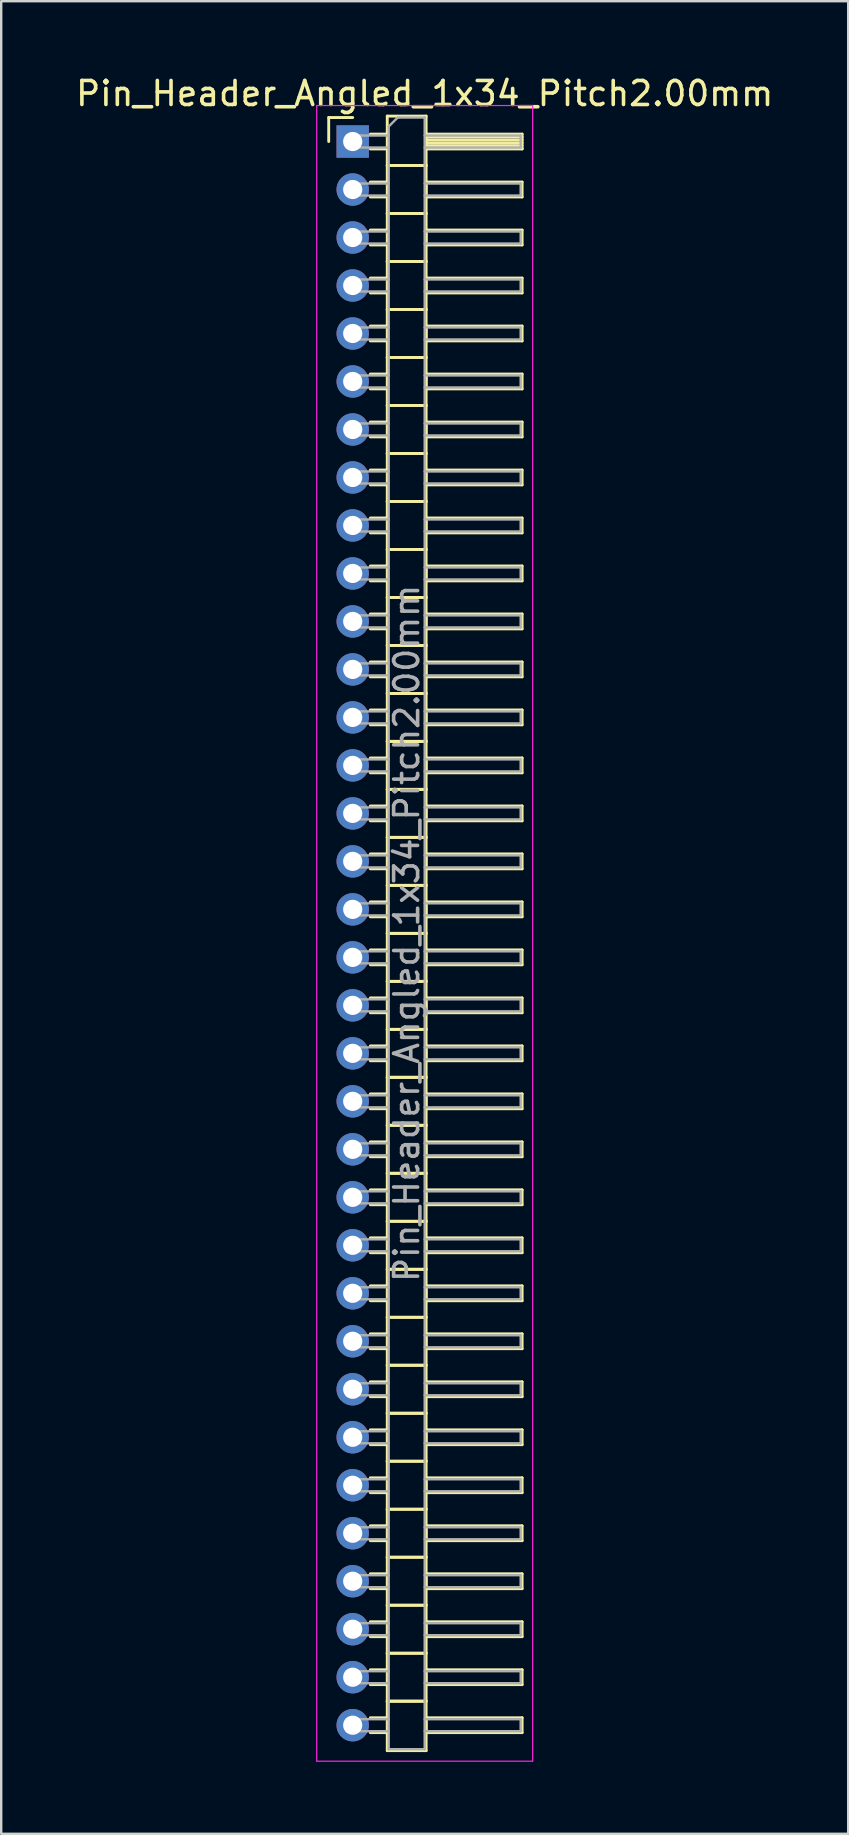
<source format=kicad_pcb>
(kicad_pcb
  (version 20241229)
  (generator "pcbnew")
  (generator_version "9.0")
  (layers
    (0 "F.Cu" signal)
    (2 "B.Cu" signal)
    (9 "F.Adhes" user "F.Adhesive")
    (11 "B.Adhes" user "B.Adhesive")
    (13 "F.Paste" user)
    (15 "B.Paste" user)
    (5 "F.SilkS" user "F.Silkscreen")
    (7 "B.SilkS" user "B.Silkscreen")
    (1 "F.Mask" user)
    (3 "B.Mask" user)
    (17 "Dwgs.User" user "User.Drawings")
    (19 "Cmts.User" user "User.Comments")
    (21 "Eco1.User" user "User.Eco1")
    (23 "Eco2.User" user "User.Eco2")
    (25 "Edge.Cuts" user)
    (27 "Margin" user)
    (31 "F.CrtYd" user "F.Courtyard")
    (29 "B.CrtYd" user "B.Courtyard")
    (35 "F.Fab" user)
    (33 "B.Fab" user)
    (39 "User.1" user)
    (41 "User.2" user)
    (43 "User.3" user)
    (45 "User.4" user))
  (footprint "Pin_Header_Angled_1x34_Pitch2.00mm"
    (layer "F.Cu")
    (at 11.649 2.848)
    (property "Reference" "Pin_Header_Angled_1x34_Pitch2.00mm" (at 3 -2 0) (layer "F.SilkS") (effects (font (size 1 1) (thickness 0.15))))
    (attr through_hole)
    (fp_line (start -1 -1) (end 0 -1) (stroke (width 0.12) (type solid)) (layer "F.SilkS"))
    (fp_line (start -1 0) (end -1 -1) (stroke (width 0.12) (type solid)) (layer "F.SilkS"))
    (fp_line (start 0.735 -0.31) (end 1.44 -0.31) (stroke (width 0.12) (type solid)) (layer "F.SilkS"))
    (fp_line (start 0.735 0.31) (end 1.44 0.31) (stroke (width 0.12) (type solid)) (layer "F.SilkS"))
    (fp_line (start 0.735 1.69) (end 1.44 1.69) (stroke (width 0.12) (type solid)) (layer "F.SilkS"))
    (fp_line (start 0.735 2.31) (end 1.44 2.31) (stroke (width 0.12) (type solid)) (layer "F.SilkS"))
    (fp_line (start 0.735 3.69) (end 1.44 3.69) (stroke (width 0.12) (type solid)) (layer "F.SilkS"))
    (fp_line (start 0.735 4.31) (end 1.44 4.31) (stroke (width 0.12) (type solid)) (layer "F.SilkS"))
    (fp_line (start 0.735 5.69) (end 1.44 5.69) (stroke (width 0.12) (type solid)) (layer "F.SilkS"))
    (fp_line (start 0.735 6.31) (end 1.44 6.31) (stroke (width 0.12) (type solid)) (layer "F.SilkS"))
    (fp_line (start 0.735 7.69) (end 1.44 7.69) (stroke (width 0.12) (type solid)) (layer "F.SilkS"))
    (fp_line (start 0.735 8.31) (end 1.44 8.31) (stroke (width 0.12) (type solid)) (layer "F.SilkS"))
    (fp_line (start 0.735 9.69) (end 1.44 9.69) (stroke (width 0.12) (type solid)) (layer "F.SilkS"))
    (fp_line (start 0.735 10.31) (end 1.44 10.31) (stroke (width 0.12) (type solid)) (layer "F.SilkS"))
    (fp_line (start 0.735 11.69) (end 1.44 11.69) (stroke (width 0.12) (type solid)) (layer "F.SilkS"))
    (fp_line (start 0.735 12.31) (end 1.44 12.31) (stroke (width 0.12) (type solid)) (layer "F.SilkS"))
    (fp_line (start 0.735 13.69) (end 1.44 13.69) (stroke (width 0.12) (type solid)) (layer "F.SilkS"))
    (fp_line (start 0.735 14.31) (end 1.44 14.31) (stroke (width 0.12) (type solid)) (layer "F.SilkS"))
    (fp_line (start 0.735 15.69) (end 1.44 15.69) (stroke (width 0.12) (type solid)) (layer "F.SilkS"))
    (fp_line (start 0.735 16.31) (end 1.44 16.31) (stroke (width 0.12) (type solid)) (layer "F.SilkS"))
    (fp_line (start 0.735 17.69) (end 1.44 17.69) (stroke (width 0.12) (type solid)) (layer "F.SilkS"))
    (fp_line (start 0.735 18.31) (end 1.44 18.31) (stroke (width 0.12) (type solid)) (layer "F.SilkS"))
    (fp_line (start 0.735 19.69) (end 1.44 19.69) (stroke (width 0.12) (type solid)) (layer "F.SilkS"))
    (fp_line (start 0.735 20.31) (end 1.44 20.31) (stroke (width 0.12) (type solid)) (layer "F.SilkS"))
    (fp_line (start 0.735 21.69) (end 1.44 21.69) (stroke (width 0.12) (type solid)) (layer "F.SilkS"))
    (fp_line (start 0.735 22.31) (end 1.44 22.31) (stroke (width 0.12) (type solid)) (layer "F.SilkS"))
    (fp_line (start 0.735 23.69) (end 1.44 23.69) (stroke (width 0.12) (type solid)) (layer "F.SilkS"))
    (fp_line (start 0.735 24.31) (end 1.44 24.31) (stroke (width 0.12) (type solid)) (layer "F.SilkS"))
    (fp_line (start 0.735 25.69) (end 1.44 25.69) (stroke (width 0.12) (type solid)) (layer "F.SilkS"))
    (fp_line (start 0.735 26.31) (end 1.44 26.31) (stroke (width 0.12) (type solid)) (layer "F.SilkS"))
    (fp_line (start 0.735 27.69) (end 1.44 27.69) (stroke (width 0.12) (type solid)) (layer "F.SilkS"))
    (fp_line (start 0.735 28.31) (end 1.44 28.31) (stroke (width 0.12) (type solid)) (layer "F.SilkS"))
    (fp_line (start 0.735 29.69) (end 1.44 29.69) (stroke (width 0.12) (type solid)) (layer "F.SilkS"))
    (fp_line (start 0.735 30.31) (end 1.44 30.31) (stroke (width 0.12) (type solid)) (layer "F.SilkS"))
    (fp_line (start 0.735 31.69) (end 1.44 31.69) (stroke (width 0.12) (type solid)) (layer "F.SilkS"))
    (fp_line (start 0.735 32.31) (end 1.44 32.31) (stroke (width 0.12) (type solid)) (layer "F.SilkS"))
    (fp_line (start 0.735 33.69) (end 1.44 33.69) (stroke (width 0.12) (type solid)) (layer "F.SilkS"))
    (fp_line (start 0.735 34.31) (end 1.44 34.31) (stroke (width 0.12) (type solid)) (layer "F.SilkS"))
    (fp_line (start 0.735 35.69) (end 1.44 35.69) (stroke (width 0.12) (type solid)) (layer "F.SilkS"))
    (fp_line (start 0.735 36.31) (end 1.44 36.31) (stroke (width 0.12) (type solid)) (layer "F.SilkS"))
    (fp_line (start 0.735 37.69) (end 1.44 37.69) (stroke (width 0.12) (type solid)) (layer "F.SilkS"))
    (fp_line (start 0.735 38.31) (end 1.44 38.31) (stroke (width 0.12) (type solid)) (layer "F.SilkS"))
    (fp_line (start 0.735 39.69) (end 1.44 39.69) (stroke (width 0.12) (type solid)) (layer "F.SilkS"))
    (fp_line (start 0.735 40.31) (end 1.44 40.31) (stroke (width 0.12) (type solid)) (layer "F.SilkS"))
    (fp_line (start 0.735 41.69) (end 1.44 41.69) (stroke (width 0.12) (type solid)) (layer "F.SilkS"))
    (fp_line (start 0.735 42.31) (end 1.44 42.31) (stroke (width 0.12) (type solid)) (layer "F.SilkS"))
    (fp_line (start 0.735 43.69) (end 1.44 43.69) (stroke (width 0.12) (type solid)) (layer "F.SilkS"))
    (fp_line (start 0.735 44.31) (end 1.44 44.31) (stroke (width 0.12) (type solid)) (layer "F.SilkS"))
    (fp_line (start 0.735 45.69) (end 1.44 45.69) (stroke (width 0.12) (type solid)) (layer "F.SilkS"))
    (fp_line (start 0.735 46.31) (end 1.44 46.31) (stroke (width 0.12) (type solid)) (layer "F.SilkS"))
    (fp_line (start 0.735 47.69) (end 1.44 47.69) (stroke (width 0.12) (type solid)) (layer "F.SilkS"))
    (fp_line (start 0.735 48.31) (end 1.44 48.31) (stroke (width 0.12) (type solid)) (layer "F.SilkS"))
    (fp_line (start 0.735 49.69) (end 1.44 49.69) (stroke (width 0.12) (type solid)) (layer "F.SilkS"))
    (fp_line (start 0.735 50.31) (end 1.44 50.31) (stroke (width 0.12) (type solid)) (layer "F.SilkS"))
    (fp_line (start 0.735 51.69) (end 1.44 51.69) (stroke (width 0.12) (type solid)) (layer "F.SilkS"))
    (fp_line (start 0.735 52.31) (end 1.44 52.31) (stroke (width 0.12) (type solid)) (layer "F.SilkS"))
    (fp_line (start 0.735 53.69) (end 1.44 53.69) (stroke (width 0.12) (type solid)) (layer "F.SilkS"))
    (fp_line (start 0.735 54.31) (end 1.44 54.31) (stroke (width 0.12) (type solid)) (layer "F.SilkS"))
    (fp_line (start 0.735 55.69) (end 1.44 55.69) (stroke (width 0.12) (type solid)) (layer "F.SilkS"))
    (fp_line (start 0.735 56.31) (end 1.44 56.31) (stroke (width 0.12) (type solid)) (layer "F.SilkS"))
    (fp_line (start 0.735 57.69) (end 1.44 57.69) (stroke (width 0.12) (type solid)) (layer "F.SilkS"))
    (fp_line (start 0.735 58.31) (end 1.44 58.31) (stroke (width 0.12) (type solid)) (layer "F.SilkS"))
    (fp_line (start 0.735 59.69) (end 1.44 59.69) (stroke (width 0.12) (type solid)) (layer "F.SilkS"))
    (fp_line (start 0.735 60.31) (end 1.44 60.31) (stroke (width 0.12) (type solid)) (layer "F.SilkS"))
    (fp_line (start 0.735 61.69) (end 1.44 61.69) (stroke (width 0.12) (type solid)) (layer "F.SilkS"))
    (fp_line (start 0.735 62.31) (end 1.44 62.31) (stroke (width 0.12) (type solid)) (layer "F.SilkS"))
    (fp_line (start 0.735 63.69) (end 1.44 63.69) (stroke (width 0.12) (type solid)) (layer "F.SilkS"))
    (fp_line (start 0.735 64.31) (end 1.44 64.31) (stroke (width 0.12) (type solid)) (layer "F.SilkS"))
    (fp_line (start 0.735 65.69) (end 1.44 65.69) (stroke (width 0.12) (type solid)) (layer "F.SilkS"))
    (fp_line (start 0.735 66.31) (end 1.44 66.31) (stroke (width 0.12) (type solid)) (layer "F.SilkS"))
    (fp_line (start 1.44 -1.06) (end 1.44 1) (stroke (width 0.12) (type solid)) (layer "F.SilkS"))
    (fp_line (start 1.44 1) (end 1.44 3) (stroke (width 0.12) (type solid)) (layer "F.SilkS"))
    (fp_line (start 1.44 1) (end 3.06 1) (stroke (width 0.12) (type solid)) (layer "F.SilkS"))
    (fp_line (start 1.44 3) (end 1.44 5) (stroke (width 0.12) (type solid)) (layer "F.SilkS"))
    (fp_line (start 1.44 3) (end 3.06 3) (stroke (width 0.12) (type solid)) (layer "F.SilkS"))
    (fp_line (start 1.44 5) (end 1.44 7) (stroke (width 0.12) (type solid)) (layer "F.SilkS"))
    (fp_line (start 1.44 5) (end 3.06 5) (stroke (width 0.12) (type solid)) (layer "F.SilkS"))
    (fp_line (start 1.44 7) (end 1.44 9) (stroke (width 0.12) (type solid)) (layer "F.SilkS"))
    (fp_line (start 1.44 7) (end 3.06 7) (stroke (width 0.12) (type solid)) (layer "F.SilkS"))
    (fp_line (start 1.44 9) (end 1.44 11) (stroke (width 0.12) (type solid)) (layer "F.SilkS"))
    (fp_line (start 1.44 9) (end 3.06 9) (stroke (width 0.12) (type solid)) (layer "F.SilkS"))
    (fp_line (start 1.44 11) (end 1.44 13) (stroke (width 0.12) (type solid)) (layer "F.SilkS"))
    (fp_line (start 1.44 11) (end 3.06 11) (stroke (width 0.12) (type solid)) (layer "F.SilkS"))
    (fp_line (start 1.44 13) (end 1.44 15) (stroke (width 0.12) (type solid)) (layer "F.SilkS"))
    (fp_line (start 1.44 13) (end 3.06 13) (stroke (width 0.12) (type solid)) (layer "F.SilkS"))
    (fp_line (start 1.44 15) (end 1.44 17) (stroke (width 0.12) (type solid)) (layer "F.SilkS"))
    (fp_line (start 1.44 15) (end 3.06 15) (stroke (width 0.12) (type solid)) (layer "F.SilkS"))
    (fp_line (start 1.44 17) (end 1.44 19) (stroke (width 0.12) (type solid)) (layer "F.SilkS"))
    (fp_line (start 1.44 17) (end 3.06 17) (stroke (width 0.12) (type solid)) (layer "F.SilkS"))
    (fp_line (start 1.44 19) (end 1.44 21) (stroke (width 0.12) (type solid)) (layer "F.SilkS"))
    (fp_line (start 1.44 19) (end 3.06 19) (stroke (width 0.12) (type solid)) (layer "F.SilkS"))
    (fp_line (start 1.44 21) (end 1.44 23) (stroke (width 0.12) (type solid)) (layer "F.SilkS"))
    (fp_line (start 1.44 21) (end 3.06 21) (stroke (width 0.12) (type solid)) (layer "F.SilkS"))
    (fp_line (start 1.44 23) (end 1.44 25) (stroke (width 0.12) (type solid)) (layer "F.SilkS"))
    (fp_line (start 1.44 23) (end 3.06 23) (stroke (width 0.12) (type solid)) (layer "F.SilkS"))
    (fp_line (start 1.44 25) (end 1.44 27) (stroke (width 0.12) (type solid)) (layer "F.SilkS"))
    (fp_line (start 1.44 25) (end 3.06 25) (stroke (width 0.12) (type solid)) (layer "F.SilkS"))
    (fp_line (start 1.44 27) (end 1.44 29) (stroke (width 0.12) (type solid)) (layer "F.SilkS"))
    (fp_line (start 1.44 27) (end 3.06 27) (stroke (width 0.12) (type solid)) (layer "F.SilkS"))
    (fp_line (start 1.44 29) (end 1.44 31) (stroke (width 0.12) (type solid)) (layer "F.SilkS"))
    (fp_line (start 1.44 29) (end 3.06 29) (stroke (width 0.12) (type solid)) (layer "F.SilkS"))
    (fp_line (start 1.44 31) (end 1.44 33) (stroke (width 0.12) (type solid)) (layer "F.SilkS"))
    (fp_line (start 1.44 31) (end 3.06 31) (stroke (width 0.12) (type solid)) (layer "F.SilkS"))
    (fp_line (start 1.44 33) (end 1.44 35) (stroke (width 0.12) (type solid)) (layer "F.SilkS"))
    (fp_line (start 1.44 33) (end 3.06 33) (stroke (width 0.12) (type solid)) (layer "F.SilkS"))
    (fp_line (start 1.44 35) (end 1.44 37) (stroke (width 0.12) (type solid)) (layer "F.SilkS"))
    (fp_line (start 1.44 35) (end 3.06 35) (stroke (width 0.12) (type solid)) (layer "F.SilkS"))
    (fp_line (start 1.44 37) (end 1.44 39) (stroke (width 0.12) (type solid)) (layer "F.SilkS"))
    (fp_line (start 1.44 37) (end 3.06 37) (stroke (width 0.12) (type solid)) (layer "F.SilkS"))
    (fp_line (start 1.44 39) (end 1.44 41) (stroke (width 0.12) (type solid)) (layer "F.SilkS"))
    (fp_line (start 1.44 39) (end 3.06 39) (stroke (width 0.12) (type solid)) (layer "F.SilkS"))
    (fp_line (start 1.44 41) (end 1.44 43) (stroke (width 0.12) (type solid)) (layer "F.SilkS"))
    (fp_line (start 1.44 41) (end 3.06 41) (stroke (width 0.12) (type solid)) (layer "F.SilkS"))
    (fp_line (start 1.44 43) (end 1.44 45) (stroke (width 0.12) (type solid)) (layer "F.SilkS"))
    (fp_line (start 1.44 43) (end 3.06 43) (stroke (width 0.12) (type solid)) (layer "F.SilkS"))
    (fp_line (start 1.44 45) (end 1.44 47) (stroke (width 0.12) (type solid)) (layer "F.SilkS"))
    (fp_line (start 1.44 45) (end 3.06 45) (stroke (width 0.12) (type solid)) (layer "F.SilkS"))
    (fp_line (start 1.44 47) (end 1.44 49) (stroke (width 0.12) (type solid)) (layer "F.SilkS"))
    (fp_line (start 1.44 47) (end 3.06 47) (stroke (width 0.12) (type solid)) (layer "F.SilkS"))
    (fp_line (start 1.44 49) (end 1.44 51) (stroke (width 0.12) (type solid)) (layer "F.SilkS"))
    (fp_line (start 1.44 49) (end 3.06 49) (stroke (width 0.12) (type solid)) (layer "F.SilkS"))
    (fp_line (start 1.44 51) (end 1.44 53) (stroke (width 0.12) (type solid)) (layer "F.SilkS"))
    (fp_line (start 1.44 51) (end 3.06 51) (stroke (width 0.12) (type solid)) (layer "F.SilkS"))
    (fp_line (start 1.44 53) (end 1.44 55) (stroke (width 0.12) (type solid)) (layer "F.SilkS"))
    (fp_line (start 1.44 53) (end 3.06 53) (stroke (width 0.12) (type solid)) (layer "F.SilkS"))
    (fp_line (start 1.44 55) (end 1.44 57) (stroke (width 0.12) (type solid)) (layer "F.SilkS"))
    (fp_line (start 1.44 55) (end 3.06 55) (stroke (width 0.12) (type solid)) (layer "F.SilkS"))
    (fp_line (start 1.44 57) (end 1.44 59) (stroke (width 0.12) (type solid)) (layer "F.SilkS"))
    (fp_line (start 1.44 57) (end 3.06 57) (stroke (width 0.12) (type solid)) (layer "F.SilkS"))
    (fp_line (start 1.44 59) (end 1.44 61) (stroke (width 0.12) (type solid)) (layer "F.SilkS"))
    (fp_line (start 1.44 59) (end 3.06 59) (stroke (width 0.12) (type solid)) (layer "F.SilkS"))
    (fp_line (start 1.44 61) (end 1.44 63) (stroke (width 0.12) (type solid)) (layer "F.SilkS"))
    (fp_line (start 1.44 61) (end 3.06 61) (stroke (width 0.12) (type solid)) (layer "F.SilkS"))
    (fp_line (start 1.44 63) (end 1.44 65) (stroke (width 0.12) (type solid)) (layer "F.SilkS"))
    (fp_line (start 1.44 63) (end 3.06 63) (stroke (width 0.12) (type solid)) (layer "F.SilkS"))
    (fp_line (start 1.44 65) (end 1.44 67.06) (stroke (width 0.12) (type solid)) (layer "F.SilkS"))
    (fp_line (start 1.44 65) (end 3.06 65) (stroke (width 0.12) (type solid)) (layer "F.SilkS"))
    (fp_line (start 1.44 67.06) (end 3.06 67.06) (stroke (width 0.12) (type solid)) (layer "F.SilkS"))
    (fp_line (start 3.06 -1.06) (end 1.44 -1.06) (stroke (width 0.12) (type solid)) (layer "F.SilkS"))
    (fp_line (start 3.06 -0.31) (end 3.06 0.31) (stroke (width 0.12) (type solid)) (layer "F.SilkS"))
    (fp_line (start 3.06 -0.19) (end 7.06 -0.19) (stroke (width 0.12) (type solid)) (layer "F.SilkS"))
    (fp_line (start 3.06 -0.07) (end 7.06 -0.07) (stroke (width 0.12) (type solid)) (layer "F.SilkS"))
    (fp_line (start 3.06 0.05) (end 7.06 0.05) (stroke (width 0.12) (type solid)) (layer "F.SilkS"))
    (fp_line (start 3.06 0.17) (end 7.06 0.17) (stroke (width 0.12) (type solid)) (layer "F.SilkS"))
    (fp_line (start 3.06 0.29) (end 7.06 0.29) (stroke (width 0.12) (type solid)) (layer "F.SilkS"))
    (fp_line (start 3.06 0.31) (end 7.06 0.31) (stroke (width 0.12) (type solid)) (layer "F.SilkS"))
    (fp_line (start 3.06 1) (end 1.44 1) (stroke (width 0.12) (type solid)) (layer "F.SilkS"))
    (fp_line (start 3.06 1) (end 3.06 -1.06) (stroke (width 0.12) (type solid)) (layer "F.SilkS"))
    (fp_line (start 3.06 1.69) (end 3.06 2.31) (stroke (width 0.12) (type solid)) (layer "F.SilkS"))
    (fp_line (start 3.06 2.31) (end 7.06 2.31) (stroke (width 0.12) (type solid)) (layer "F.SilkS"))
    (fp_line (start 3.06 3) (end 1.44 3) (stroke (width 0.12) (type solid)) (layer "F.SilkS"))
    (fp_line (start 3.06 3) (end 3.06 1) (stroke (width 0.12) (type solid)) (layer "F.SilkS"))
    (fp_line (start 3.06 3.69) (end 3.06 4.31) (stroke (width 0.12) (type solid)) (layer "F.SilkS"))
    (fp_line (start 3.06 4.31) (end 7.06 4.31) (stroke (width 0.12) (type solid)) (layer "F.SilkS"))
    (fp_line (start 3.06 5) (end 1.44 5) (stroke (width 0.12) (type solid)) (layer "F.SilkS"))
    (fp_line (start 3.06 5) (end 3.06 3) (stroke (width 0.12) (type solid)) (layer "F.SilkS"))
    (fp_line (start 3.06 5.69) (end 3.06 6.31) (stroke (width 0.12) (type solid)) (layer "F.SilkS"))
    (fp_line (start 3.06 6.31) (end 7.06 6.31) (stroke (width 0.12) (type solid)) (layer "F.SilkS"))
    (fp_line (start 3.06 7) (end 1.44 7) (stroke (width 0.12) (type solid)) (layer "F.SilkS"))
    (fp_line (start 3.06 7) (end 3.06 5) (stroke (width 0.12) (type solid)) (layer "F.SilkS"))
    (fp_line (start 3.06 7.69) (end 3.06 8.31) (stroke (width 0.12) (type solid)) (layer "F.SilkS"))
    (fp_line (start 3.06 8.31) (end 7.06 8.31) (stroke (width 0.12) (type solid)) (layer "F.SilkS"))
    (fp_line (start 3.06 9) (end 1.44 9) (stroke (width 0.12) (type solid)) (layer "F.SilkS"))
    (fp_line (start 3.06 9) (end 3.06 7) (stroke (width 0.12) (type solid)) (layer "F.SilkS"))
    (fp_line (start 3.06 9.69) (end 3.06 10.31) (stroke (width 0.12) (type solid)) (layer "F.SilkS"))
    (fp_line (start 3.06 10.31) (end 7.06 10.31) (stroke (width 0.12) (type solid)) (layer "F.SilkS"))
    (fp_line (start 3.06 11) (end 1.44 11) (stroke (width 0.12) (type solid)) (layer "F.SilkS"))
    (fp_line (start 3.06 11) (end 3.06 9) (stroke (width 0.12) (type solid)) (layer "F.SilkS"))
    (fp_line (start 3.06 11.69) (end 3.06 12.31) (stroke (width 0.12) (type solid)) (layer "F.SilkS"))
    (fp_line (start 3.06 12.31) (end 7.06 12.31) (stroke (width 0.12) (type solid)) (layer "F.SilkS"))
    (fp_line (start 3.06 13) (end 1.44 13) (stroke (width 0.12) (type solid)) (layer "F.SilkS"))
    (fp_line (start 3.06 13) (end 3.06 11) (stroke (width 0.12) (type solid)) (layer "F.SilkS"))
    (fp_line (start 3.06 13.69) (end 3.06 14.31) (stroke (width 0.12) (type solid)) (layer "F.SilkS"))
    (fp_line (start 3.06 14.31) (end 7.06 14.31) (stroke (width 0.12) (type solid)) (layer "F.SilkS"))
    (fp_line (start 3.06 15) (end 1.44 15) (stroke (width 0.12) (type solid)) (layer "F.SilkS"))
    (fp_line (start 3.06 15) (end 3.06 13) (stroke (width 0.12) (type solid)) (layer "F.SilkS"))
    (fp_line (start 3.06 15.69) (end 3.06 16.31) (stroke (width 0.12) (type solid)) (layer "F.SilkS"))
    (fp_line (start 3.06 16.31) (end 7.06 16.31) (stroke (width 0.12) (type solid)) (layer "F.SilkS"))
    (fp_line (start 3.06 17) (end 1.44 17) (stroke (width 0.12) (type solid)) (layer "F.SilkS"))
    (fp_line (start 3.06 17) (end 3.06 15) (stroke (width 0.12) (type solid)) (layer "F.SilkS"))
    (fp_line (start 3.06 17.69) (end 3.06 18.31) (stroke (width 0.12) (type solid)) (layer "F.SilkS"))
    (fp_line (start 3.06 18.31) (end 7.06 18.31) (stroke (width 0.12) (type solid)) (layer "F.SilkS"))
    (fp_line (start 3.06 19) (end 1.44 19) (stroke (width 0.12) (type solid)) (layer "F.SilkS"))
    (fp_line (start 3.06 19) (end 3.06 17) (stroke (width 0.12) (type solid)) (layer "F.SilkS"))
    (fp_line (start 3.06 19.69) (end 3.06 20.31) (stroke (width 0.12) (type solid)) (layer "F.SilkS"))
    (fp_line (start 3.06 20.31) (end 7.06 20.31) (stroke (width 0.12) (type solid)) (layer "F.SilkS"))
    (fp_line (start 3.06 21) (end 1.44 21) (stroke (width 0.12) (type solid)) (layer "F.SilkS"))
    (fp_line (start 3.06 21) (end 3.06 19) (stroke (width 0.12) (type solid)) (layer "F.SilkS"))
    (fp_line (start 3.06 21.69) (end 3.06 22.31) (stroke (width 0.12) (type solid)) (layer "F.SilkS"))
    (fp_line (start 3.06 22.31) (end 7.06 22.31) (stroke (width 0.12) (type solid)) (layer "F.SilkS"))
    (fp_line (start 3.06 23) (end 1.44 23) (stroke (width 0.12) (type solid)) (layer "F.SilkS"))
    (fp_line (start 3.06 23) (end 3.06 21) (stroke (width 0.12) (type solid)) (layer "F.SilkS"))
    (fp_line (start 3.06 23.69) (end 3.06 24.31) (stroke (width 0.12) (type solid)) (layer "F.SilkS"))
    (fp_line (start 3.06 24.31) (end 7.06 24.31) (stroke (width 0.12) (type solid)) (layer "F.SilkS"))
    (fp_line (start 3.06 25) (end 1.44 25) (stroke (width 0.12) (type solid)) (layer "F.SilkS"))
    (fp_line (start 3.06 25) (end 3.06 23) (stroke (width 0.12) (type solid)) (layer "F.SilkS"))
    (fp_line (start 3.06 25.69) (end 3.06 26.31) (stroke (width 0.12) (type solid)) (layer "F.SilkS"))
    (fp_line (start 3.06 26.31) (end 7.06 26.31) (stroke (width 0.12) (type solid)) (layer "F.SilkS"))
    (fp_line (start 3.06 27) (end 1.44 27) (stroke (width 0.12) (type solid)) (layer "F.SilkS"))
    (fp_line (start 3.06 27) (end 3.06 25) (stroke (width 0.12) (type solid)) (layer "F.SilkS"))
    (fp_line (start 3.06 27.69) (end 3.06 28.31) (stroke (width 0.12) (type solid)) (layer "F.SilkS"))
    (fp_line (start 3.06 28.31) (end 7.06 28.31) (stroke (width 0.12) (type solid)) (layer "F.SilkS"))
    (fp_line (start 3.06 29) (end 1.44 29) (stroke (width 0.12) (type solid)) (layer "F.SilkS"))
    (fp_line (start 3.06 29) (end 3.06 27) (stroke (width 0.12) (type solid)) (layer "F.SilkS"))
    (fp_line (start 3.06 29.69) (end 3.06 30.31) (stroke (width 0.12) (type solid)) (layer "F.SilkS"))
    (fp_line (start 3.06 30.31) (end 7.06 30.31) (stroke (width 0.12) (type solid)) (layer "F.SilkS"))
    (fp_line (start 3.06 31) (end 1.44 31) (stroke (width 0.12) (type solid)) (layer "F.SilkS"))
    (fp_line (start 3.06 31) (end 3.06 29) (stroke (width 0.12) (type solid)) (layer "F.SilkS"))
    (fp_line (start 3.06 31.69) (end 3.06 32.31) (stroke (width 0.12) (type solid)) (layer "F.SilkS"))
    (fp_line (start 3.06 32.31) (end 7.06 32.31) (stroke (width 0.12) (type solid)) (layer "F.SilkS"))
    (fp_line (start 3.06 33) (end 1.44 33) (stroke (width 0.12) (type solid)) (layer "F.SilkS"))
    (fp_line (start 3.06 33) (end 3.06 31) (stroke (width 0.12) (type solid)) (layer "F.SilkS"))
    (fp_line (start 3.06 33.69) (end 3.06 34.31) (stroke (width 0.12) (type solid)) (layer "F.SilkS"))
    (fp_line (start 3.06 34.31) (end 7.06 34.31) (stroke (width 0.12) (type solid)) (layer "F.SilkS"))
    (fp_line (start 3.06 35) (end 1.44 35) (stroke (width 0.12) (type solid)) (layer "F.SilkS"))
    (fp_line (start 3.06 35) (end 3.06 33) (stroke (width 0.12) (type solid)) (layer "F.SilkS"))
    (fp_line (start 3.06 35.69) (end 3.06 36.31) (stroke (width 0.12) (type solid)) (layer "F.SilkS"))
    (fp_line (start 3.06 36.31) (end 7.06 36.31) (stroke (width 0.12) (type solid)) (layer "F.SilkS"))
    (fp_line (start 3.06 37) (end 1.44 37) (stroke (width 0.12) (type solid)) (layer "F.SilkS"))
    (fp_line (start 3.06 37) (end 3.06 35) (stroke (width 0.12) (type solid)) (layer "F.SilkS"))
    (fp_line (start 3.06 37.69) (end 3.06 38.31) (stroke (width 0.12) (type solid)) (layer "F.SilkS"))
    (fp_line (start 3.06 38.31) (end 7.06 38.31) (stroke (width 0.12) (type solid)) (layer "F.SilkS"))
    (fp_line (start 3.06 39) (end 1.44 39) (stroke (width 0.12) (type solid)) (layer "F.SilkS"))
    (fp_line (start 3.06 39) (end 3.06 37) (stroke (width 0.12) (type solid)) (layer "F.SilkS"))
    (fp_line (start 3.06 39.69) (end 3.06 40.31) (stroke (width 0.12) (type solid)) (layer "F.SilkS"))
    (fp_line (start 3.06 40.31) (end 7.06 40.31) (stroke (width 0.12) (type solid)) (layer "F.SilkS"))
    (fp_line (start 3.06 41) (end 1.44 41) (stroke (width 0.12) (type solid)) (layer "F.SilkS"))
    (fp_line (start 3.06 41) (end 3.06 39) (stroke (width 0.12) (type solid)) (layer "F.SilkS"))
    (fp_line (start 3.06 41.69) (end 3.06 42.31) (stroke (width 0.12) (type solid)) (layer "F.SilkS"))
    (fp_line (start 3.06 42.31) (end 7.06 42.31) (stroke (width 0.12) (type solid)) (layer "F.SilkS"))
    (fp_line (start 3.06 43) (end 1.44 43) (stroke (width 0.12) (type solid)) (layer "F.SilkS"))
    (fp_line (start 3.06 43) (end 3.06 41) (stroke (width 0.12) (type solid)) (layer "F.SilkS"))
    (fp_line (start 3.06 43.69) (end 3.06 44.31) (stroke (width 0.12) (type solid)) (layer "F.SilkS"))
    (fp_line (start 3.06 44.31) (end 7.06 44.31) (stroke (width 0.12) (type solid)) (layer "F.SilkS"))
    (fp_line (start 3.06 45) (end 1.44 45) (stroke (width 0.12) (type solid)) (layer "F.SilkS"))
    (fp_line (start 3.06 45) (end 3.06 43) (stroke (width 0.12) (type solid)) (layer "F.SilkS"))
    (fp_line (start 3.06 45.69) (end 3.06 46.31) (stroke (width 0.12) (type solid)) (layer "F.SilkS"))
    (fp_line (start 3.06 46.31) (end 7.06 46.31) (stroke (width 0.12) (type solid)) (layer "F.SilkS"))
    (fp_line (start 3.06 47) (end 1.44 47) (stroke (width 0.12) (type solid)) (layer "F.SilkS"))
    (fp_line (start 3.06 47) (end 3.06 45) (stroke (width 0.12) (type solid)) (layer "F.SilkS"))
    (fp_line (start 3.06 47.69) (end 3.06 48.31) (stroke (width 0.12) (type solid)) (layer "F.SilkS"))
    (fp_line (start 3.06 48.31) (end 7.06 48.31) (stroke (width 0.12) (type solid)) (layer "F.SilkS"))
    (fp_line (start 3.06 49) (end 1.44 49) (stroke (width 0.12) (type solid)) (layer "F.SilkS"))
    (fp_line (start 3.06 49) (end 3.06 47) (stroke (width 0.12) (type solid)) (layer "F.SilkS"))
    (fp_line (start 3.06 49.69) (end 3.06 50.31) (stroke (width 0.12) (type solid)) (layer "F.SilkS"))
    (fp_line (start 3.06 50.31) (end 7.06 50.31) (stroke (width 0.12) (type solid)) (layer "F.SilkS"))
    (fp_line (start 3.06 51) (end 1.44 51) (stroke (width 0.12) (type solid)) (layer "F.SilkS"))
    (fp_line (start 3.06 51) (end 3.06 49) (stroke (width 0.12) (type solid)) (layer "F.SilkS"))
    (fp_line (start 3.06 51.69) (end 3.06 52.31) (stroke (width 0.12) (type solid)) (layer "F.SilkS"))
    (fp_line (start 3.06 52.31) (end 7.06 52.31) (stroke (width 0.12) (type solid)) (layer "F.SilkS"))
    (fp_line (start 3.06 53) (end 1.44 53) (stroke (width 0.12) (type solid)) (layer "F.SilkS"))
    (fp_line (start 3.06 53) (end 3.06 51) (stroke (width 0.12) (type solid)) (layer "F.SilkS"))
    (fp_line (start 3.06 53.69) (end 3.06 54.31) (stroke (width 0.12) (type solid)) (layer "F.SilkS"))
    (fp_line (start 3.06 54.31) (end 7.06 54.31) (stroke (width 0.12) (type solid)) (layer "F.SilkS"))
    (fp_line (start 3.06 55) (end 1.44 55) (stroke (width 0.12) (type solid)) (layer "F.SilkS"))
    (fp_line (start 3.06 55) (end 3.06 53) (stroke (width 0.12) (type solid)) (layer "F.SilkS"))
    (fp_line (start 3.06 55.69) (end 3.06 56.31) (stroke (width 0.12) (type solid)) (layer "F.SilkS"))
    (fp_line (start 3.06 56.31) (end 7.06 56.31) (stroke (width 0.12) (type solid)) (layer "F.SilkS"))
    (fp_line (start 3.06 57) (end 1.44 57) (stroke (width 0.12) (type solid)) (layer "F.SilkS"))
    (fp_line (start 3.06 57) (end 3.06 55) (stroke (width 0.12) (type solid)) (layer "F.SilkS"))
    (fp_line (start 3.06 57.69) (end 3.06 58.31) (stroke (width 0.12) (type solid)) (layer "F.SilkS"))
    (fp_line (start 3.06 58.31) (end 7.06 58.31) (stroke (width 0.12) (type solid)) (layer "F.SilkS"))
    (fp_line (start 3.06 59) (end 1.44 59) (stroke (width 0.12) (type solid)) (layer "F.SilkS"))
    (fp_line (start 3.06 59) (end 3.06 57) (stroke (width 0.12) (type solid)) (layer "F.SilkS"))
    (fp_line (start 3.06 59.69) (end 3.06 60.31) (stroke (width 0.12) (type solid)) (layer "F.SilkS"))
    (fp_line (start 3.06 60.31) (end 7.06 60.31) (stroke (width 0.12) (type solid)) (layer "F.SilkS"))
    (fp_line (start 3.06 61) (end 1.44 61) (stroke (width 0.12) (type solid)) (layer "F.SilkS"))
    (fp_line (start 3.06 61) (end 3.06 59) (stroke (width 0.12) (type solid)) (layer "F.SilkS"))
    (fp_line (start 3.06 61.69) (end 3.06 62.31) (stroke (width 0.12) (type solid)) (layer "F.SilkS"))
    (fp_line (start 3.06 62.31) (end 7.06 62.31) (stroke (width 0.12) (type solid)) (layer "F.SilkS"))
    (fp_line (start 3.06 63) (end 1.44 63) (stroke (width 0.12) (type solid)) (layer "F.SilkS"))
    (fp_line (start 3.06 63) (end 3.06 61) (stroke (width 0.12) (type solid)) (layer "F.SilkS"))
    (fp_line (start 3.06 63.69) (end 3.06 64.31) (stroke (width 0.12) (type solid)) (layer "F.SilkS"))
    (fp_line (start 3.06 64.31) (end 7.06 64.31) (stroke (width 0.12) (type solid)) (layer "F.SilkS"))
    (fp_line (start 3.06 65) (end 1.44 65) (stroke (width 0.12) (type solid)) (layer "F.SilkS"))
    (fp_line (start 3.06 65) (end 3.06 63) (stroke (width 0.12) (type solid)) (layer "F.SilkS"))
    (fp_line (start 3.06 65.69) (end 3.06 66.31) (stroke (width 0.12) (type solid)) (layer "F.SilkS"))
    (fp_line (start 3.06 66.31) (end 7.06 66.31) (stroke (width 0.12) (type solid)) (layer "F.SilkS"))
    (fp_line (start 3.06 67.06) (end 3.06 65) (stroke (width 0.12) (type solid)) (layer "F.SilkS"))
    (fp_line (start 7.06 -0.31) (end 3.06 -0.31) (stroke (width 0.12) (type solid)) (layer "F.SilkS"))
    (fp_line (start 7.06 0.31) (end 7.06 -0.31) (stroke (width 0.12) (type solid)) (layer "F.SilkS"))
    (fp_line (start 7.06 1.69) (end 3.06 1.69) (stroke (width 0.12) (type solid)) (layer "F.SilkS"))
    (fp_line (start 7.06 2.31) (end 7.06 1.69) (stroke (width 0.12) (type solid)) (layer "F.SilkS"))
    (fp_line (start 7.06 3.69) (end 3.06 3.69) (stroke (width 0.12) (type solid)) (layer "F.SilkS"))
    (fp_line (start 7.06 4.31) (end 7.06 3.69) (stroke (width 0.12) (type solid)) (layer "F.SilkS"))
    (fp_line (start 7.06 5.69) (end 3.06 5.69) (stroke (width 0.12) (type solid)) (layer "F.SilkS"))
    (fp_line (start 7.06 6.31) (end 7.06 5.69) (stroke (width 0.12) (type solid)) (layer "F.SilkS"))
    (fp_line (start 7.06 7.69) (end 3.06 7.69) (stroke (width 0.12) (type solid)) (layer "F.SilkS"))
    (fp_line (start 7.06 8.31) (end 7.06 7.69) (stroke (width 0.12) (type solid)) (layer "F.SilkS"))
    (fp_line (start 7.06 9.69) (end 3.06 9.69) (stroke (width 0.12) (type solid)) (layer "F.SilkS"))
    (fp_line (start 7.06 10.31) (end 7.06 9.69) (stroke (width 0.12) (type solid)) (layer "F.SilkS"))
    (fp_line (start 7.06 11.69) (end 3.06 11.69) (stroke (width 0.12) (type solid)) (layer "F.SilkS"))
    (fp_line (start 7.06 12.31) (end 7.06 11.69) (stroke (width 0.12) (type solid)) (layer "F.SilkS"))
    (fp_line (start 7.06 13.69) (end 3.06 13.69) (stroke (width 0.12) (type solid)) (layer "F.SilkS"))
    (fp_line (start 7.06 14.31) (end 7.06 13.69) (stroke (width 0.12) (type solid)) (layer "F.SilkS"))
    (fp_line (start 7.06 15.69) (end 3.06 15.69) (stroke (width 0.12) (type solid)) (layer "F.SilkS"))
    (fp_line (start 7.06 16.31) (end 7.06 15.69) (stroke (width 0.12) (type solid)) (layer "F.SilkS"))
    (fp_line (start 7.06 17.69) (end 3.06 17.69) (stroke (width 0.12) (type solid)) (layer "F.SilkS"))
    (fp_line (start 7.06 18.31) (end 7.06 17.69) (stroke (width 0.12) (type solid)) (layer "F.SilkS"))
    (fp_line (start 7.06 19.69) (end 3.06 19.69) (stroke (width 0.12) (type solid)) (layer "F.SilkS"))
    (fp_line (start 7.06 20.31) (end 7.06 19.69) (stroke (width 0.12) (type solid)) (layer "F.SilkS"))
    (fp_line (start 7.06 21.69) (end 3.06 21.69) (stroke (width 0.12) (type solid)) (layer "F.SilkS"))
    (fp_line (start 7.06 22.31) (end 7.06 21.69) (stroke (width 0.12) (type solid)) (layer "F.SilkS"))
    (fp_line (start 7.06 23.69) (end 3.06 23.69) (stroke (width 0.12) (type solid)) (layer "F.SilkS"))
    (fp_line (start 7.06 24.31) (end 7.06 23.69) (stroke (width 0.12) (type solid)) (layer "F.SilkS"))
    (fp_line (start 7.06 25.69) (end 3.06 25.69) (stroke (width 0.12) (type solid)) (layer "F.SilkS"))
    (fp_line (start 7.06 26.31) (end 7.06 25.69) (stroke (width 0.12) (type solid)) (layer "F.SilkS"))
    (fp_line (start 7.06 27.69) (end 3.06 27.69) (stroke (width 0.12) (type solid)) (layer "F.SilkS"))
    (fp_line (start 7.06 28.31) (end 7.06 27.69) (stroke (width 0.12) (type solid)) (layer "F.SilkS"))
    (fp_line (start 7.06 29.69) (end 3.06 29.69) (stroke (width 0.12) (type solid)) (layer "F.SilkS"))
    (fp_line (start 7.06 30.31) (end 7.06 29.69) (stroke (width 0.12) (type solid)) (layer "F.SilkS"))
    (fp_line (start 7.06 31.69) (end 3.06 31.69) (stroke (width 0.12) (type solid)) (layer "F.SilkS"))
    (fp_line (start 7.06 32.31) (end 7.06 31.69) (stroke (width 0.12) (type solid)) (layer "F.SilkS"))
    (fp_line (start 7.06 33.69) (end 3.06 33.69) (stroke (width 0.12) (type solid)) (layer "F.SilkS"))
    (fp_line (start 7.06 34.31) (end 7.06 33.69) (stroke (width 0.12) (type solid)) (layer "F.SilkS"))
    (fp_line (start 7.06 35.69) (end 3.06 35.69) (stroke (width 0.12) (type solid)) (layer "F.SilkS"))
    (fp_line (start 7.06 36.31) (end 7.06 35.69) (stroke (width 0.12) (type solid)) (layer "F.SilkS"))
    (fp_line (start 7.06 37.69) (end 3.06 37.69) (stroke (width 0.12) (type solid)) (layer "F.SilkS"))
    (fp_line (start 7.06 38.31) (end 7.06 37.69) (stroke (width 0.12) (type solid)) (layer "F.SilkS"))
    (fp_line (start 7.06 39.69) (end 3.06 39.69) (stroke (width 0.12) (type solid)) (layer "F.SilkS"))
    (fp_line (start 7.06 40.31) (end 7.06 39.69) (stroke (width 0.12) (type solid)) (layer "F.SilkS"))
    (fp_line (start 7.06 41.69) (end 3.06 41.69) (stroke (width 0.12) (type solid)) (layer "F.SilkS"))
    (fp_line (start 7.06 42.31) (end 7.06 41.69) (stroke (width 0.12) (type solid)) (layer "F.SilkS"))
    (fp_line (start 7.06 43.69) (end 3.06 43.69) (stroke (width 0.12) (type solid)) (layer "F.SilkS"))
    (fp_line (start 7.06 44.31) (end 7.06 43.69) (stroke (width 0.12) (type solid)) (layer "F.SilkS"))
    (fp_line (start 7.06 45.69) (end 3.06 45.69) (stroke (width 0.12) (type solid)) (layer "F.SilkS"))
    (fp_line (start 7.06 46.31) (end 7.06 45.69) (stroke (width 0.12) (type solid)) (layer "F.SilkS"))
    (fp_line (start 7.06 47.69) (end 3.06 47.69) (stroke (width 0.12) (type solid)) (layer "F.SilkS"))
    (fp_line (start 7.06 48.31) (end 7.06 47.69) (stroke (width 0.12) (type solid)) (layer "F.SilkS"))
    (fp_line (start 7.06 49.69) (end 3.06 49.69) (stroke (width 0.12) (type solid)) (layer "F.SilkS"))
    (fp_line (start 7.06 50.31) (end 7.06 49.69) (stroke (width 0.12) (type solid)) (layer "F.SilkS"))
    (fp_line (start 7.06 51.69) (end 3.06 51.69) (stroke (width 0.12) (type solid)) (layer "F.SilkS"))
    (fp_line (start 7.06 52.31) (end 7.06 51.69) (stroke (width 0.12) (type solid)) (layer "F.SilkS"))
    (fp_line (start 7.06 53.69) (end 3.06 53.69) (stroke (width 0.12) (type solid)) (layer "F.SilkS"))
    (fp_line (start 7.06 54.31) (end 7.06 53.69) (stroke (width 0.12) (type solid)) (layer "F.SilkS"))
    (fp_line (start 7.06 55.69) (end 3.06 55.69) (stroke (width 0.12) (type solid)) (layer "F.SilkS"))
    (fp_line (start 7.06 56.31) (end 7.06 55.69) (stroke (width 0.12) (type solid)) (layer "F.SilkS"))
    (fp_line (start 7.06 57.69) (end 3.06 57.69) (stroke (width 0.12) (type solid)) (layer "F.SilkS"))
    (fp_line (start 7.06 58.31) (end 7.06 57.69) (stroke (width 0.12) (type solid)) (layer "F.SilkS"))
    (fp_line (start 7.06 59.69) (end 3.06 59.69) (stroke (width 0.12) (type solid)) (layer "F.SilkS"))
    (fp_line (start 7.06 60.31) (end 7.06 59.69) (stroke (width 0.12) (type solid)) (layer "F.SilkS"))
    (fp_line (start 7.06 61.69) (end 3.06 61.69) (stroke (width 0.12) (type solid)) (layer "F.SilkS"))
    (fp_line (start 7.06 62.31) (end 7.06 61.69) (stroke (width 0.12) (type solid)) (layer "F.SilkS"))
    (fp_line (start 7.06 63.69) (end 3.06 63.69) (stroke (width 0.12) (type solid)) (layer "F.SilkS"))
    (fp_line (start 7.06 64.31) (end 7.06 63.69) (stroke (width 0.12) (type solid)) (layer "F.SilkS"))
    (fp_line (start 7.06 65.69) (end 3.06 65.69) (stroke (width 0.12) (type solid)) (layer "F.SilkS"))
    (fp_line (start 7.06 66.31) (end 7.06 65.69) (stroke (width 0.12) (type solid)) (layer "F.SilkS"))
    (fp_line (start -1.5 -1.5) (end -1.5 67.5) (stroke (width 0.05) (type solid)) (layer "F.CrtYd"))
    (fp_line (start -1.5 67.5) (end 7.5 67.5) (stroke (width 0.05) (type solid)) (layer "F.CrtYd"))
    (fp_line (start 7.5 -1.5) (end -1.5 -1.5) (stroke (width 0.05) (type solid)) (layer "F.CrtYd"))
    (fp_line (start 7.5 67.5) (end 7.5 -1.5) (stroke (width 0.05) (type solid)) (layer "F.CrtYd"))
    (fp_line (start -0.25 -0.25) (end -0.25 0.25) (stroke (width 0.1) (type solid)) (layer "F.Fab"))
    (fp_line (start -0.25 -0.25) (end 1.5 -0.25) (stroke (width 0.1) (type solid)) (layer "F.Fab"))
    (fp_line (start -0.25 0.25) (end 1.5 0.25) (stroke (width 0.1) (type solid)) (layer "F.Fab"))
    (fp_line (start -0.25 1.75) (end -0.25 2.25) (stroke (width 0.1) (type solid)) (layer "F.Fab"))
    (fp_line (start -0.25 1.75) (end 1.5 1.75) (stroke (width 0.1) (type solid)) (layer "F.Fab"))
    (fp_line (start -0.25 2.25) (end 1.5 2.25) (stroke (width 0.1) (type solid)) (layer "F.Fab"))
    (fp_line (start -0.25 3.75) (end -0.25 4.25) (stroke (width 0.1) (type solid)) (layer "F.Fab"))
    (fp_line (start -0.25 3.75) (end 1.5 3.75) (stroke (width 0.1) (type solid)) (layer "F.Fab"))
    (fp_line (start -0.25 4.25) (end 1.5 4.25) (stroke (width 0.1) (type solid)) (layer "F.Fab"))
    (fp_line (start -0.25 5.75) (end -0.25 6.25) (stroke (width 0.1) (type solid)) (layer "F.Fab"))
    (fp_line (start -0.25 5.75) (end 1.5 5.75) (stroke (width 0.1) (type solid)) (layer "F.Fab"))
    (fp_line (start -0.25 6.25) (end 1.5 6.25) (stroke (width 0.1) (type solid)) (layer "F.Fab"))
    (fp_line (start -0.25 7.75) (end -0.25 8.25) (stroke (width 0.1) (type solid)) (layer "F.Fab"))
    (fp_line (start -0.25 7.75) (end 1.5 7.75) (stroke (width 0.1) (type solid)) (layer "F.Fab"))
    (fp_line (start -0.25 8.25) (end 1.5 8.25) (stroke (width 0.1) (type solid)) (layer "F.Fab"))
    (fp_line (start -0.25 9.75) (end -0.25 10.25) (stroke (width 0.1) (type solid)) (layer "F.Fab"))
    (fp_line (start -0.25 9.75) (end 1.5 9.75) (stroke (width 0.1) (type solid)) (layer "F.Fab"))
    (fp_line (start -0.25 10.25) (end 1.5 10.25) (stroke (width 0.1) (type solid)) (layer "F.Fab"))
    (fp_line (start -0.25 11.75) (end -0.25 12.25) (stroke (width 0.1) (type solid)) (layer "F.Fab"))
    (fp_line (start -0.25 11.75) (end 1.5 11.75) (stroke (width 0.1) (type solid)) (layer "F.Fab"))
    (fp_line (start -0.25 12.25) (end 1.5 12.25) (stroke (width 0.1) (type solid)) (layer "F.Fab"))
    (fp_line (start -0.25 13.75) (end -0.25 14.25) (stroke (width 0.1) (type solid)) (layer "F.Fab"))
    (fp_line (start -0.25 13.75) (end 1.5 13.75) (stroke (width 0.1) (type solid)) (layer "F.Fab"))
    (fp_line (start -0.25 14.25) (end 1.5 14.25) (stroke (width 0.1) (type solid)) (layer "F.Fab"))
    (fp_line (start -0.25 15.75) (end -0.25 16.25) (stroke (width 0.1) (type solid)) (layer "F.Fab"))
    (fp_line (start -0.25 15.75) (end 1.5 15.75) (stroke (width 0.1) (type solid)) (layer "F.Fab"))
    (fp_line (start -0.25 16.25) (end 1.5 16.25) (stroke (width 0.1) (type solid)) (layer "F.Fab"))
    (fp_line (start -0.25 17.75) (end -0.25 18.25) (stroke (width 0.1) (type solid)) (layer "F.Fab"))
    (fp_line (start -0.25 17.75) (end 1.5 17.75) (stroke (width 0.1) (type solid)) (layer "F.Fab"))
    (fp_line (start -0.25 18.25) (end 1.5 18.25) (stroke (width 0.1) (type solid)) (layer "F.Fab"))
    (fp_line (start -0.25 19.75) (end -0.25 20.25) (stroke (width 0.1) (type solid)) (layer "F.Fab"))
    (fp_line (start -0.25 19.75) (end 1.5 19.75) (stroke (width 0.1) (type solid)) (layer "F.Fab"))
    (fp_line (start -0.25 20.25) (end 1.5 20.25) (stroke (width 0.1) (type solid)) (layer "F.Fab"))
    (fp_line (start -0.25 21.75) (end -0.25 22.25) (stroke (width 0.1) (type solid)) (layer "F.Fab"))
    (fp_line (start -0.25 21.75) (end 1.5 21.75) (stroke (width 0.1) (type solid)) (layer "F.Fab"))
    (fp_line (start -0.25 22.25) (end 1.5 22.25) (stroke (width 0.1) (type solid)) (layer "F.Fab"))
    (fp_line (start -0.25 23.75) (end -0.25 24.25) (stroke (width 0.1) (type solid)) (layer "F.Fab"))
    (fp_line (start -0.25 23.75) (end 1.5 23.75) (stroke (width 0.1) (type solid)) (layer "F.Fab"))
    (fp_line (start -0.25 24.25) (end 1.5 24.25) (stroke (width 0.1) (type solid)) (layer "F.Fab"))
    (fp_line (start -0.25 25.75) (end -0.25 26.25) (stroke (width 0.1) (type solid)) (layer "F.Fab"))
    (fp_line (start -0.25 25.75) (end 1.5 25.75) (stroke (width 0.1) (type solid)) (layer "F.Fab"))
    (fp_line (start -0.25 26.25) (end 1.5 26.25) (stroke (width 0.1) (type solid)) (layer "F.Fab"))
    (fp_line (start -0.25 27.75) (end -0.25 28.25) (stroke (width 0.1) (type solid)) (layer "F.Fab"))
    (fp_line (start -0.25 27.75) (end 1.5 27.75) (stroke (width 0.1) (type solid)) (layer "F.Fab"))
    (fp_line (start -0.25 28.25) (end 1.5 28.25) (stroke (width 0.1) (type solid)) (layer "F.Fab"))
    (fp_line (start -0.25 29.75) (end -0.25 30.25) (stroke (width 0.1) (type solid)) (layer "F.Fab"))
    (fp_line (start -0.25 29.75) (end 1.5 29.75) (stroke (width 0.1) (type solid)) (layer "F.Fab"))
    (fp_line (start -0.25 30.25) (end 1.5 30.25) (stroke (width 0.1) (type solid)) (layer "F.Fab"))
    (fp_line (start -0.25 31.75) (end -0.25 32.25) (stroke (width 0.1) (type solid)) (layer "F.Fab"))
    (fp_line (start -0.25 31.75) (end 1.5 31.75) (stroke (width 0.1) (type solid)) (layer "F.Fab"))
    (fp_line (start -0.25 32.25) (end 1.5 32.25) (stroke (width 0.1) (type solid)) (layer "F.Fab"))
    (fp_line (start -0.25 33.75) (end -0.25 34.25) (stroke (width 0.1) (type solid)) (layer "F.Fab"))
    (fp_line (start -0.25 33.75) (end 1.5 33.75) (stroke (width 0.1) (type solid)) (layer "F.Fab"))
    (fp_line (start -0.25 34.25) (end 1.5 34.25) (stroke (width 0.1) (type solid)) (layer "F.Fab"))
    (fp_line (start -0.25 35.75) (end -0.25 36.25) (stroke (width 0.1) (type solid)) (layer "F.Fab"))
    (fp_line (start -0.25 35.75) (end 1.5 35.75) (stroke (width 0.1) (type solid)) (layer "F.Fab"))
    (fp_line (start -0.25 36.25) (end 1.5 36.25) (stroke (width 0.1) (type solid)) (layer "F.Fab"))
    (fp_line (start -0.25 37.75) (end -0.25 38.25) (stroke (width 0.1) (type solid)) (layer "F.Fab"))
    (fp_line (start -0.25 37.75) (end 1.5 37.75) (stroke (width 0.1) (type solid)) (layer "F.Fab"))
    (fp_line (start -0.25 38.25) (end 1.5 38.25) (stroke (width 0.1) (type solid)) (layer "F.Fab"))
    (fp_line (start -0.25 39.75) (end -0.25 40.25) (stroke (width 0.1) (type solid)) (layer "F.Fab"))
    (fp_line (start -0.25 39.75) (end 1.5 39.75) (stroke (width 0.1) (type solid)) (layer "F.Fab"))
    (fp_line (start -0.25 40.25) (end 1.5 40.25) (stroke (width 0.1) (type solid)) (layer "F.Fab"))
    (fp_line (start -0.25 41.75) (end -0.25 42.25) (stroke (width 0.1) (type solid)) (layer "F.Fab"))
    (fp_line (start -0.25 41.75) (end 1.5 41.75) (stroke (width 0.1) (type solid)) (layer "F.Fab"))
    (fp_line (start -0.25 42.25) (end 1.5 42.25) (stroke (width 0.1) (type solid)) (layer "F.Fab"))
    (fp_line (start -0.25 43.75) (end -0.25 44.25) (stroke (width 0.1) (type solid)) (layer "F.Fab"))
    (fp_line (start -0.25 43.75) (end 1.5 43.75) (stroke (width 0.1) (type solid)) (layer "F.Fab"))
    (fp_line (start -0.25 44.25) (end 1.5 44.25) (stroke (width 0.1) (type solid)) (layer "F.Fab"))
    (fp_line (start -0.25 45.75) (end -0.25 46.25) (stroke (width 0.1) (type solid)) (layer "F.Fab"))
    (fp_line (start -0.25 45.75) (end 1.5 45.75) (stroke (width 0.1) (type solid)) (layer "F.Fab"))
    (fp_line (start -0.25 46.25) (end 1.5 46.25) (stroke (width 0.1) (type solid)) (layer "F.Fab"))
    (fp_line (start -0.25 47.75) (end -0.25 48.25) (stroke (width 0.1) (type solid)) (layer "F.Fab"))
    (fp_line (start -0.25 47.75) (end 1.5 47.75) (stroke (width 0.1) (type solid)) (layer "F.Fab"))
    (fp_line (start -0.25 48.25) (end 1.5 48.25) (stroke (width 0.1) (type solid)) (layer "F.Fab"))
    (fp_line (start -0.25 49.75) (end -0.25 50.25) (stroke (width 0.1) (type solid)) (layer "F.Fab"))
    (fp_line (start -0.25 49.75) (end 1.5 49.75) (stroke (width 0.1) (type solid)) (layer "F.Fab"))
    (fp_line (start -0.25 50.25) (end 1.5 50.25) (stroke (width 0.1) (type solid)) (layer "F.Fab"))
    (fp_line (start -0.25 51.75) (end -0.25 52.25) (stroke (width 0.1) (type solid)) (layer "F.Fab"))
    (fp_line (start -0.25 51.75) (end 1.5 51.75) (stroke (width 0.1) (type solid)) (layer "F.Fab"))
    (fp_line (start -0.25 52.25) (end 1.5 52.25) (stroke (width 0.1) (type solid)) (layer "F.Fab"))
    (fp_line (start -0.25 53.75) (end -0.25 54.25) (stroke (width 0.1) (type solid)) (layer "F.Fab"))
    (fp_line (start -0.25 53.75) (end 1.5 53.75) (stroke (width 0.1) (type solid)) (layer "F.Fab"))
    (fp_line (start -0.25 54.25) (end 1.5 54.25) (stroke (width 0.1) (type solid)) (layer "F.Fab"))
    (fp_line (start -0.25 55.75) (end -0.25 56.25) (stroke (width 0.1) (type solid)) (layer "F.Fab"))
    (fp_line (start -0.25 55.75) (end 1.5 55.75) (stroke (width 0.1) (type solid)) (layer "F.Fab"))
    (fp_line (start -0.25 56.25) (end 1.5 56.25) (stroke (width 0.1) (type solid)) (layer "F.Fab"))
    (fp_line (start -0.25 57.75) (end -0.25 58.25) (stroke (width 0.1) (type solid)) (layer "F.Fab"))
    (fp_line (start -0.25 57.75) (end 1.5 57.75) (stroke (width 0.1) (type solid)) (layer "F.Fab"))
    (fp_line (start -0.25 58.25) (end 1.5 58.25) (stroke (width 0.1) (type solid)) (layer "F.Fab"))
    (fp_line (start -0.25 59.75) (end -0.25 60.25) (stroke (width 0.1) (type solid)) (layer "F.Fab"))
    (fp_line (start -0.25 59.75) (end 1.5 59.75) (stroke (width 0.1) (type solid)) (layer "F.Fab"))
    (fp_line (start -0.25 60.25) (end 1.5 60.25) (stroke (width 0.1) (type solid)) (layer "F.Fab"))
    (fp_line (start -0.25 61.75) (end -0.25 62.25) (stroke (width 0.1) (type solid)) (layer "F.Fab"))
    (fp_line (start -0.25 61.75) (end 1.5 61.75) (stroke (width 0.1) (type solid)) (layer "F.Fab"))
    (fp_line (start -0.25 62.25) (end 1.5 62.25) (stroke (width 0.1) (type solid)) (layer "F.Fab"))
    (fp_line (start -0.25 63.75) (end -0.25 64.25) (stroke (width 0.1) (type solid)) (layer "F.Fab"))
    (fp_line (start -0.25 63.75) (end 1.5 63.75) (stroke (width 0.1) (type solid)) (layer "F.Fab"))
    (fp_line (start -0.25 64.25) (end 1.5 64.25) (stroke (width 0.1) (type solid)) (layer "F.Fab"))
    (fp_line (start -0.25 65.75) (end -0.25 66.25) (stroke (width 0.1) (type solid)) (layer "F.Fab"))
    (fp_line (start -0.25 65.75) (end 1.5 65.75) (stroke (width 0.1) (type solid)) (layer "F.Fab"))
    (fp_line (start -0.25 66.25) (end 1.5 66.25) (stroke (width 0.1) (type solid)) (layer "F.Fab"))
    (fp_line (start 1.5 -0.625) (end 1.875 -1) (stroke (width 0.1) (type solid)) (layer "F.Fab"))
    (fp_line (start 1.5 67) (end 1.5 -0.625) (stroke (width 0.1) (type solid)) (layer "F.Fab"))
    (fp_line (start 1.875 -1) (end 3 -1) (stroke (width 0.1) (type solid)) (layer "F.Fab"))
    (fp_line (start 3 -1) (end 3 67) (stroke (width 0.1) (type solid)) (layer "F.Fab"))
    (fp_line (start 3 -0.25) (end 7 -0.25) (stroke (width 0.1) (type solid)) (layer "F.Fab"))
    (fp_line (start 3 0.25) (end 7 0.25) (stroke (width 0.1) (type solid)) (layer "F.Fab"))
    (fp_line (start 3 1.75) (end 7 1.75) (stroke (width 0.1) (type solid)) (layer "F.Fab"))
    (fp_line (start 3 2.25) (end 7 2.25) (stroke (width 0.1) (type solid)) (layer "F.Fab"))
    (fp_line (start 3 3.75) (end 7 3.75) (stroke (width 0.1) (type solid)) (layer "F.Fab"))
    (fp_line (start 3 4.25) (end 7 4.25) (stroke (width 0.1) (type solid)) (layer "F.Fab"))
    (fp_line (start 3 5.75) (end 7 5.75) (stroke (width 0.1) (type solid)) (layer "F.Fab"))
    (fp_line (start 3 6.25) (end 7 6.25) (stroke (width 0.1) (type solid)) (layer "F.Fab"))
    (fp_line (start 3 7.75) (end 7 7.75) (stroke (width 0.1) (type solid)) (layer "F.Fab"))
    (fp_line (start 3 8.25) (end 7 8.25) (stroke (width 0.1) (type solid)) (layer "F.Fab"))
    (fp_line (start 3 9.75) (end 7 9.75) (stroke (width 0.1) (type solid)) (layer "F.Fab"))
    (fp_line (start 3 10.25) (end 7 10.25) (stroke (width 0.1) (type solid)) (layer "F.Fab"))
    (fp_line (start 3 11.75) (end 7 11.75) (stroke (width 0.1) (type solid)) (layer "F.Fab"))
    (fp_line (start 3 12.25) (end 7 12.25) (stroke (width 0.1) (type solid)) (layer "F.Fab"))
    (fp_line (start 3 13.75) (end 7 13.75) (stroke (width 0.1) (type solid)) (layer "F.Fab"))
    (fp_line (start 3 14.25) (end 7 14.25) (stroke (width 0.1) (type solid)) (layer "F.Fab"))
    (fp_line (start 3 15.75) (end 7 15.75) (stroke (width 0.1) (type solid)) (layer "F.Fab"))
    (fp_line (start 3 16.25) (end 7 16.25) (stroke (width 0.1) (type solid)) (layer "F.Fab"))
    (fp_line (start 3 17.75) (end 7 17.75) (stroke (width 0.1) (type solid)) (layer "F.Fab"))
    (fp_line (start 3 18.25) (end 7 18.25) (stroke (width 0.1) (type solid)) (layer "F.Fab"))
    (fp_line (start 3 19.75) (end 7 19.75) (stroke (width 0.1) (type solid)) (layer "F.Fab"))
    (fp_line (start 3 20.25) (end 7 20.25) (stroke (width 0.1) (type solid)) (layer "F.Fab"))
    (fp_line (start 3 21.75) (end 7 21.75) (stroke (width 0.1) (type solid)) (layer "F.Fab"))
    (fp_line (start 3 22.25) (end 7 22.25) (stroke (width 0.1) (type solid)) (layer "F.Fab"))
    (fp_line (start 3 23.75) (end 7 23.75) (stroke (width 0.1) (type solid)) (layer "F.Fab"))
    (fp_line (start 3 24.25) (end 7 24.25) (stroke (width 0.1) (type solid)) (layer "F.Fab"))
    (fp_line (start 3 25.75) (end 7 25.75) (stroke (width 0.1) (type solid)) (layer "F.Fab"))
    (fp_line (start 3 26.25) (end 7 26.25) (stroke (width 0.1) (type solid)) (layer "F.Fab"))
    (fp_line (start 3 27.75) (end 7 27.75) (stroke (width 0.1) (type solid)) (layer "F.Fab"))
    (fp_line (start 3 28.25) (end 7 28.25) (stroke (width 0.1) (type solid)) (layer "F.Fab"))
    (fp_line (start 3 29.75) (end 7 29.75) (stroke (width 0.1) (type solid)) (layer "F.Fab"))
    (fp_line (start 3 30.25) (end 7 30.25) (stroke (width 0.1) (type solid)) (layer "F.Fab"))
    (fp_line (start 3 31.75) (end 7 31.75) (stroke (width 0.1) (type solid)) (layer "F.Fab"))
    (fp_line (start 3 32.25) (end 7 32.25) (stroke (width 0.1) (type solid)) (layer "F.Fab"))
    (fp_line (start 3 33.75) (end 7 33.75) (stroke (width 0.1) (type solid)) (layer "F.Fab"))
    (fp_line (start 3 34.25) (end 7 34.25) (stroke (width 0.1) (type solid)) (layer "F.Fab"))
    (fp_line (start 3 35.75) (end 7 35.75) (stroke (width 0.1) (type solid)) (layer "F.Fab"))
    (fp_line (start 3 36.25) (end 7 36.25) (stroke (width 0.1) (type solid)) (layer "F.Fab"))
    (fp_line (start 3 37.75) (end 7 37.75) (stroke (width 0.1) (type solid)) (layer "F.Fab"))
    (fp_line (start 3 38.25) (end 7 38.25) (stroke (width 0.1) (type solid)) (layer "F.Fab"))
    (fp_line (start 3 39.75) (end 7 39.75) (stroke (width 0.1) (type solid)) (layer "F.Fab"))
    (fp_line (start 3 40.25) (end 7 40.25) (stroke (width 0.1) (type solid)) (layer "F.Fab"))
    (fp_line (start 3 41.75) (end 7 41.75) (stroke (width 0.1) (type solid)) (layer "F.Fab"))
    (fp_line (start 3 42.25) (end 7 42.25) (stroke (width 0.1) (type solid)) (layer "F.Fab"))
    (fp_line (start 3 43.75) (end 7 43.75) (stroke (width 0.1) (type solid)) (layer "F.Fab"))
    (fp_line (start 3 44.25) (end 7 44.25) (stroke (width 0.1) (type solid)) (layer "F.Fab"))
    (fp_line (start 3 45.75) (end 7 45.75) (stroke (width 0.1) (type solid)) (layer "F.Fab"))
    (fp_line (start 3 46.25) (end 7 46.25) (stroke (width 0.1) (type solid)) (layer "F.Fab"))
    (fp_line (start 3 47.75) (end 7 47.75) (stroke (width 0.1) (type solid)) (layer "F.Fab"))
    (fp_line (start 3 48.25) (end 7 48.25) (stroke (width 0.1) (type solid)) (layer "F.Fab"))
    (fp_line (start 3 49.75) (end 7 49.75) (stroke (width 0.1) (type solid)) (layer "F.Fab"))
    (fp_line (start 3 50.25) (end 7 50.25) (stroke (width 0.1) (type solid)) (layer "F.Fab"))
    (fp_line (start 3 51.75) (end 7 51.75) (stroke (width 0.1) (type solid)) (layer "F.Fab"))
    (fp_line (start 3 52.25) (end 7 52.25) (stroke (width 0.1) (type solid)) (layer "F.Fab"))
    (fp_line (start 3 53.75) (end 7 53.75) (stroke (width 0.1) (type solid)) (layer "F.Fab"))
    (fp_line (start 3 54.25) (end 7 54.25) (stroke (width 0.1) (type solid)) (layer "F.Fab"))
    (fp_line (start 3 55.75) (end 7 55.75) (stroke (width 0.1) (type solid)) (layer "F.Fab"))
    (fp_line (start 3 56.25) (end 7 56.25) (stroke (width 0.1) (type solid)) (layer "F.Fab"))
    (fp_line (start 3 57.75) (end 7 57.75) (stroke (width 0.1) (type solid)) (layer "F.Fab"))
    (fp_line (start 3 58.25) (end 7 58.25) (stroke (width 0.1) (type solid)) (layer "F.Fab"))
    (fp_line (start 3 59.75) (end 7 59.75) (stroke (width 0.1) (type solid)) (layer "F.Fab"))
    (fp_line (start 3 60.25) (end 7 60.25) (stroke (width 0.1) (type solid)) (layer "F.Fab"))
    (fp_line (start 3 61.75) (end 7 61.75) (stroke (width 0.1) (type solid)) (layer "F.Fab"))
    (fp_line (start 3 62.25) (end 7 62.25) (stroke (width 0.1) (type solid)) (layer "F.Fab"))
    (fp_line (start 3 63.75) (end 7 63.75) (stroke (width 0.1) (type solid)) (layer "F.Fab"))
    (fp_line (start 3 64.25) (end 7 64.25) (stroke (width 0.1) (type solid)) (layer "F.Fab"))
    (fp_line (start 3 65.75) (end 7 65.75) (stroke (width 0.1) (type solid)) (layer "F.Fab"))
    (fp_line (start 3 66.25) (end 7 66.25) (stroke (width 0.1) (type solid)) (layer "F.Fab"))
    (fp_line (start 3 67) (end 1.5 67) (stroke (width 0.1) (type solid)) (layer "F.Fab"))
    (fp_line (start 7 -0.25) (end 7 0.25) (stroke (width 0.1) (type solid)) (layer "F.Fab"))
    (fp_line (start 7 1.75) (end 7 2.25) (stroke (width 0.1) (type solid)) (layer "F.Fab"))
    (fp_line (start 7 3.75) (end 7 4.25) (stroke (width 0.1) (type solid)) (layer "F.Fab"))
    (fp_line (start 7 5.75) (end 7 6.25) (stroke (width 0.1) (type solid)) (layer "F.Fab"))
    (fp_line (start 7 7.75) (end 7 8.25) (stroke (width 0.1) (type solid)) (layer "F.Fab"))
    (fp_line (start 7 9.75) (end 7 10.25) (stroke (width 0.1) (type solid)) (layer "F.Fab"))
    (fp_line (start 7 11.75) (end 7 12.25) (stroke (width 0.1) (type solid)) (layer "F.Fab"))
    (fp_line (start 7 13.75) (end 7 14.25) (stroke (width 0.1) (type solid)) (layer "F.Fab"))
    (fp_line (start 7 15.75) (end 7 16.25) (stroke (width 0.1) (type solid)) (layer "F.Fab"))
    (fp_line (start 7 17.75) (end 7 18.25) (stroke (width 0.1) (type solid)) (layer "F.Fab"))
    (fp_line (start 7 19.75) (end 7 20.25) (stroke (width 0.1) (type solid)) (layer "F.Fab"))
    (fp_line (start 7 21.75) (end 7 22.25) (stroke (width 0.1) (type solid)) (layer "F.Fab"))
    (fp_line (start 7 23.75) (end 7 24.25) (stroke (width 0.1) (type solid)) (layer "F.Fab"))
    (fp_line (start 7 25.75) (end 7 26.25) (stroke (width 0.1) (type solid)) (layer "F.Fab"))
    (fp_line (start 7 27.75) (end 7 28.25) (stroke (width 0.1) (type solid)) (layer "F.Fab"))
    (fp_line (start 7 29.75) (end 7 30.25) (stroke (width 0.1) (type solid)) (layer "F.Fab"))
    (fp_line (start 7 31.75) (end 7 32.25) (stroke (width 0.1) (type solid)) (layer "F.Fab"))
    (fp_line (start 7 33.75) (end 7 34.25) (stroke (width 0.1) (type solid)) (layer "F.Fab"))
    (fp_line (start 7 35.75) (end 7 36.25) (stroke (width 0.1) (type solid)) (layer "F.Fab"))
    (fp_line (start 7 37.75) (end 7 38.25) (stroke (width 0.1) (type solid)) (layer "F.Fab"))
    (fp_line (start 7 39.75) (end 7 40.25) (stroke (width 0.1) (type solid)) (layer "F.Fab"))
    (fp_line (start 7 41.75) (end 7 42.25) (stroke (width 0.1) (type solid)) (layer "F.Fab"))
    (fp_line (start 7 43.75) (end 7 44.25) (stroke (width 0.1) (type solid)) (layer "F.Fab"))
    (fp_line (start 7 45.75) (end 7 46.25) (stroke (width 0.1) (type solid)) (layer "F.Fab"))
    (fp_line (start 7 47.75) (end 7 48.25) (stroke (width 0.1) (type solid)) (layer "F.Fab"))
    (fp_line (start 7 49.75) (end 7 50.25) (stroke (width 0.1) (type solid)) (layer "F.Fab"))
    (fp_line (start 7 51.75) (end 7 52.25) (stroke (width 0.1) (type solid)) (layer "F.Fab"))
    (fp_line (start 7 53.75) (end 7 54.25) (stroke (width 0.1) (type solid)) (layer "F.Fab"))
    (fp_line (start 7 55.75) (end 7 56.25) (stroke (width 0.1) (type solid)) (layer "F.Fab"))
    (fp_line (start 7 57.75) (end 7 58.25) (stroke (width 0.1) (type solid)) (layer "F.Fab"))
    (fp_line (start 7 59.75) (end 7 60.25) (stroke (width 0.1) (type solid)) (layer "F.Fab"))
    (fp_line (start 7 61.75) (end 7 62.25) (stroke (width 0.1) (type solid)) (layer "F.Fab"))
    (fp_line (start 7 63.75) (end 7 64.25) (stroke (width 0.1) (type solid)) (layer "F.Fab"))
    (fp_line (start 7 65.75) (end 7 66.25) (stroke (width 0.1) (type solid)) (layer "F.Fab"))
    (fp_text user "${REFERENCE}" (at 2.25 33 90) (layer "F.Fab") (effects (font (size 1 1) (thickness 0.15))))
    (pad "1" thru_hole rect (at 0 0) (size 1.35 1.35) (drill 0.8) (layers "*.Cu" "*.Mask"))
    (pad "2" thru_hole oval (at 0 2) (size 1.35 1.35) (drill 0.8) (layers "*.Cu" "*.Mask"))
    (pad "3" thru_hole oval (at 0 4) (size 1.35 1.35) (drill 0.8) (layers "*.Cu" "*.Mask"))
    (pad "4" thru_hole oval (at 0 6) (size 1.35 1.35) (drill 0.8) (layers "*.Cu" "*.Mask"))
    (pad "5" thru_hole oval (at 0 8) (size 1.35 1.35) (drill 0.8) (layers "*.Cu" "*.Mask"))
    (pad "6" thru_hole oval (at 0 10) (size 1.35 1.35) (drill 0.8) (layers "*.Cu" "*.Mask"))
    (pad "7" thru_hole oval (at 0 12) (size 1.35 1.35) (drill 0.8) (layers "*.Cu" "*.Mask"))
    (pad "8" thru_hole oval (at 0 14) (size 1.35 1.35) (drill 0.8) (layers "*.Cu" "*.Mask"))
    (pad "9" thru_hole oval (at 0 16) (size 1.35 1.35) (drill 0.8) (layers "*.Cu" "*.Mask"))
    (pad "10" thru_hole oval (at 0 18) (size 1.35 1.35) (drill 0.8) (layers "*.Cu" "*.Mask"))
    (pad "11" thru_hole oval (at 0 20) (size 1.35 1.35) (drill 0.8) (layers "*.Cu" "*.Mask"))
    (pad "12" thru_hole oval (at 0 22) (size 1.35 1.35) (drill 0.8) (layers "*.Cu" "*.Mask"))
    (pad "13" thru_hole oval (at 0 24) (size 1.35 1.35) (drill 0.8) (layers "*.Cu" "*.Mask"))
    (pad "14" thru_hole oval (at 0 26) (size 1.35 1.35) (drill 0.8) (layers "*.Cu" "*.Mask"))
    (pad "15" thru_hole oval (at 0 28) (size 1.35 1.35) (drill 0.8) (layers "*.Cu" "*.Mask"))
    (pad "16" thru_hole oval (at 0 30) (size 1.35 1.35) (drill 0.8) (layers "*.Cu" "*.Mask"))
    (pad "17" thru_hole oval (at 0 32) (size 1.35 1.35) (drill 0.8) (layers "*.Cu" "*.Mask"))
    (pad "18" thru_hole oval (at 0 34) (size 1.35 1.35) (drill 0.8) (layers "*.Cu" "*.Mask"))
    (pad "19" thru_hole oval (at 0 36) (size 1.35 1.35) (drill 0.8) (layers "*.Cu" "*.Mask"))
    (pad "20" thru_hole oval (at 0 38) (size 1.35 1.35) (drill 0.8) (layers "*.Cu" "*.Mask"))
    (pad "21" thru_hole oval (at 0 40) (size 1.35 1.35) (drill 0.8) (layers "*.Cu" "*.Mask"))
    (pad "22" thru_hole oval (at 0 42) (size 1.35 1.35) (drill 0.8) (layers "*.Cu" "*.Mask"))
    (pad "23" thru_hole oval (at 0 44) (size 1.35 1.35) (drill 0.8) (layers "*.Cu" "*.Mask"))
    (pad "24" thru_hole oval (at 0 46) (size 1.35 1.35) (drill 0.8) (layers "*.Cu" "*.Mask"))
    (pad "25" thru_hole oval (at 0 48) (size 1.35 1.35) (drill 0.8) (layers "*.Cu" "*.Mask"))
    (pad "26" thru_hole oval (at 0 50) (size 1.35 1.35) (drill 0.8) (layers "*.Cu" "*.Mask"))
    (pad "27" thru_hole oval (at 0 52) (size 1.35 1.35) (drill 0.8) (layers "*.Cu" "*.Mask"))
    (pad "28" thru_hole oval (at 0 54) (size 1.35 1.35) (drill 0.8) (layers "*.Cu" "*.Mask"))
    (pad "29" thru_hole oval (at 0 56) (size 1.35 1.35) (drill 0.8) (layers "*.Cu" "*.Mask"))
    (pad "30" thru_hole oval (at 0 58) (size 1.35 1.35) (drill 0.8) (layers "*.Cu" "*.Mask"))
    (pad "31" thru_hole oval (at 0 60) (size 1.35 1.35) (drill 0.8) (layers "*.Cu" "*.Mask"))
    (pad "32" thru_hole oval (at 0 62) (size 1.35 1.35) (drill 0.8) (layers "*.Cu" "*.Mask"))
    (pad "33" thru_hole oval (at 0 64) (size 1.35 1.35) (drill 0.8) (layers "*.Cu" "*.Mask"))
    (pad "34" thru_hole oval (at 0 66) (size 1.35 1.35) (drill 0.8) (layers "*.Cu" "*.Mask")))
  (gr_rect
    (start -3 -3)
    (end 32.298 73.373)
    (stroke (width 0.1) (type default))
    (fill no)
    (layer "Edge.Cuts")))
</source>
